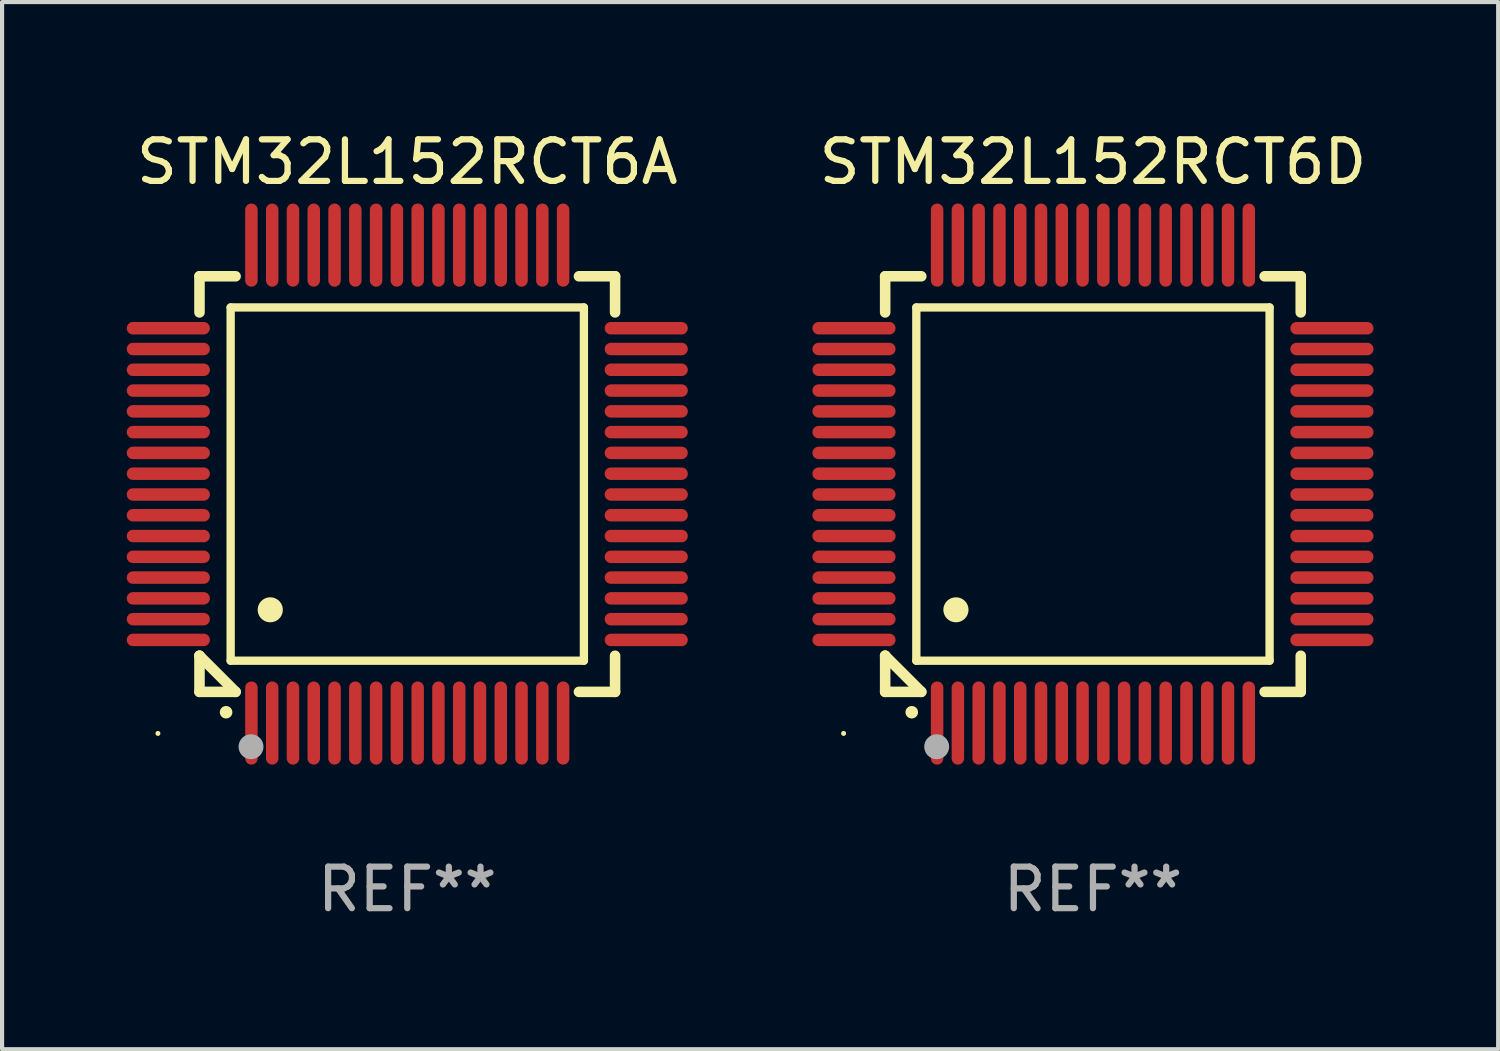
<source format=kicad_pcb>
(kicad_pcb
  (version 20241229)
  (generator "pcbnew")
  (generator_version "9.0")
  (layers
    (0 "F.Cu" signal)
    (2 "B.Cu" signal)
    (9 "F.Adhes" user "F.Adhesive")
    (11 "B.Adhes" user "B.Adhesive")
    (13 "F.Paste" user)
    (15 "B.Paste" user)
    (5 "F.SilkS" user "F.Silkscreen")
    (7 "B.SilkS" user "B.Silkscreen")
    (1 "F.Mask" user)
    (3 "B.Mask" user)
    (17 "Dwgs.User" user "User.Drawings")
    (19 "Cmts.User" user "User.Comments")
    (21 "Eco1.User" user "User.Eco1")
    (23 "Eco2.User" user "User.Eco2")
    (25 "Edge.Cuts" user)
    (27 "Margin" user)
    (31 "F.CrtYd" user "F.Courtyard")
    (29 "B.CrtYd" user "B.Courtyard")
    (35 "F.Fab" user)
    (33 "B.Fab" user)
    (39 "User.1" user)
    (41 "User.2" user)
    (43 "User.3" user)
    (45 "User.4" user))
  (footprint "STM32L152RCT6D"
    (layer "F.Cu")
    (at 23.249 8.598)
    (property "Reference" "STM32L152RCT6D" (at 0 -7.75 0) (layer "F.SilkS") (effects (font (size 1 1) (thickness 0.15))))
    (attr through_hole)
    (fp_line (start -5 -5) (end -4.131 -5) (stroke (width 0.254) (type solid)) (layer "F.SilkS"))
    (fp_line (start -5 -4.131) (end -5 -5) (stroke (width 0.254) (type solid)) (layer "F.SilkS"))
    (fp_line (start -5 4.131) (end -5 4.131) (stroke (width 0.254) (type solid)) (layer "F.SilkS"))
    (fp_line (start -5 5) (end -5 4.131) (stroke (width 0.254) (type solid)) (layer "F.SilkS"))
    (fp_line (start -5 4.131) (end -4.131 5) (stroke (width 0.254) (type solid)) (layer "F.SilkS"))
    (fp_line (start -4.25 -4.25) (end -4.25 4.25) (stroke (width 0.2) (type solid)) (layer "F.SilkS"))
    (fp_line (start -4.25 4.25) (end 4.25 4.25) (stroke (width 0.2) (type solid)) (layer "F.SilkS"))
    (fp_line (start -4.131 5) (end -5 5) (stroke (width 0.254) (type solid)) (layer "F.SilkS"))
    (fp_line (start 4.25 -4.25) (end -4.25 -4.25) (stroke (width 0.2) (type solid)) (layer "F.SilkS"))
    (fp_line (start 4.25 4.25) (end 4.25 -4.25) (stroke (width 0.2) (type solid)) (layer "F.SilkS"))
    (fp_line (start 5 -5) (end 4.131 -5) (stroke (width 0.254) (type solid)) (layer "F.SilkS"))
    (fp_line (start 5 -5) (end 5 -4.131) (stroke (width 0.254) (type solid)) (layer "F.SilkS"))
    (fp_line (start 5 4.131) (end 5 5) (stroke (width 0.254) (type solid)) (layer "F.SilkS"))
    (fp_line (start 5 5) (end 4.131 5) (stroke (width 0.254) (type solid)) (layer "F.SilkS"))
    (fp_arc (start -4.361265 5.489992) (mid -4.359995 5.489987) (end -4.358725 5.489992) (stroke (width 0.3) (type solid)) (layer "F.SilkS"))
    (fp_arc (start -3.299467 3.025146) (mid -3.296927 3.025135) (end -3.294387 3.025146) (stroke (width 0.6) (type solid)) (layer "F.SilkS"))
    (fp_circle (center -6 6) (end -5.97 6) (stroke (width 0.06) (type solid)) (fill no) (layer "F.SilkS"))
    (fp_circle (center -3.76 6.32) (end -3.61 6.32) (stroke (width 0.3) (type solid)) (fill no) (layer "F.Fab"))
    (fp_text user "REF**" (at 0 9.75 0) (layer "F.Fab") (effects (font (size 1 1) (thickness 0.15))))
    (pad "1" smd oval (at -3.75 5.75) (size 0.3 2) (layers "F.Cu" "F.Mask" "F.Paste"))
    (pad "2" smd oval (at -3.25 5.75) (size 0.3 2) (layers "F.Cu" "F.Mask" "F.Paste"))
    (pad "3" smd oval (at -2.75 5.75) (size 0.3 2) (layers "F.Cu" "F.Mask" "F.Paste"))
    (pad "4" smd oval (at -2.25 5.75) (size 0.3 2) (layers "F.Cu" "F.Mask" "F.Paste"))
    (pad "5" smd oval (at -1.75 5.75) (size 0.3 2) (layers "F.Cu" "F.Mask" "F.Paste"))
    (pad "6" smd oval (at -1.25 5.75) (size 0.3 2) (layers "F.Cu" "F.Mask" "F.Paste"))
    (pad "7" smd oval (at -0.75 5.75) (size 0.3 2) (layers "F.Cu" "F.Mask" "F.Paste"))
    (pad "8" smd oval (at -0.25 5.75) (size 0.3 2) (layers "F.Cu" "F.Mask" "F.Paste"))
    (pad "9" smd oval (at 0.25 5.75) (size 0.3 2) (layers "F.Cu" "F.Mask" "F.Paste"))
    (pad "10" smd oval (at 0.75 5.75) (size 0.3 2) (layers "F.Cu" "F.Mask" "F.Paste"))
    (pad "11" smd oval (at 1.25 5.75) (size 0.3 2) (layers "F.Cu" "F.Mask" "F.Paste"))
    (pad "12" smd oval (at 1.75 5.75) (size 0.3 2) (layers "F.Cu" "F.Mask" "F.Paste"))
    (pad "13" smd oval (at 2.25 5.75) (size 0.3 2) (layers "F.Cu" "F.Mask" "F.Paste"))
    (pad "14" smd oval (at 2.75 5.75) (size 0.3 2) (layers "F.Cu" "F.Mask" "F.Paste"))
    (pad "15" smd oval (at 3.25 5.75) (size 0.3 2) (layers "F.Cu" "F.Mask" "F.Paste"))
    (pad "16" smd oval (at 3.75 5.75) (size 0.3 2) (layers "F.Cu" "F.Mask" "F.Paste"))
    (pad "17" smd oval (at 5.75 3.75) (size 2 0.3) (layers "F.Cu" "F.Mask" "F.Paste"))
    (pad "18" smd oval (at 5.75 3.25) (size 2 0.3) (layers "F.Cu" "F.Mask" "F.Paste"))
    (pad "19" smd oval (at 5.75 2.75) (size 2 0.3) (layers "F.Cu" "F.Mask" "F.Paste"))
    (pad "20" smd oval (at 5.75 2.25) (size 2 0.3) (layers "F.Cu" "F.Mask" "F.Paste"))
    (pad "21" smd oval (at 5.75 1.75) (size 2 0.3) (layers "F.Cu" "F.Mask" "F.Paste"))
    (pad "22" smd oval (at 5.75 1.25) (size 2 0.3) (layers "F.Cu" "F.Mask" "F.Paste"))
    (pad "23" smd oval (at 5.75 0.75) (size 2 0.3) (layers "F.Cu" "F.Mask" "F.Paste"))
    (pad "24" smd oval (at 5.75 0.25) (size 2 0.3) (layers "F.Cu" "F.Mask" "F.Paste"))
    (pad "25" smd oval (at 5.75 -0.25) (size 2 0.3) (layers "F.Cu" "F.Mask" "F.Paste"))
    (pad "26" smd oval (at 5.75 -0.75) (size 2 0.3) (layers "F.Cu" "F.Mask" "F.Paste"))
    (pad "27" smd oval (at 5.75 -1.25) (size 2 0.3) (layers "F.Cu" "F.Mask" "F.Paste"))
    (pad "28" smd oval (at 5.75 -1.75) (size 2 0.3) (layers "F.Cu" "F.Mask" "F.Paste"))
    (pad "29" smd oval (at 5.75 -2.25) (size 2 0.3) (layers "F.Cu" "F.Mask" "F.Paste"))
    (pad "30" smd oval (at 5.75 -2.75) (size 2 0.3) (layers "F.Cu" "F.Mask" "F.Paste"))
    (pad "31" smd oval (at 5.75 -3.25) (size 2 0.3) (layers "F.Cu" "F.Mask" "F.Paste"))
    (pad "32" smd oval (at 5.75 -3.75) (size 2 0.3) (layers "F.Cu" "F.Mask" "F.Paste"))
    (pad "33" smd oval (at 3.75 -5.75) (size 0.3 2) (layers "F.Cu" "F.Mask" "F.Paste"))
    (pad "34" smd oval (at 3.25 -5.75) (size 0.3 2) (layers "F.Cu" "F.Mask" "F.Paste"))
    (pad "35" smd oval (at 2.75 -5.75) (size 0.3 2) (layers "F.Cu" "F.Mask" "F.Paste"))
    (pad "36" smd oval (at 2.25 -5.75) (size 0.3 2) (layers "F.Cu" "F.Mask" "F.Paste"))
    (pad "37" smd oval (at 1.75 -5.75) (size 0.3 2) (layers "F.Cu" "F.Mask" "F.Paste"))
    (pad "38" smd oval (at 1.25 -5.75) (size 0.3 2) (layers "F.Cu" "F.Mask" "F.Paste"))
    (pad "39" smd oval (at 0.75 -5.75) (size 0.3 2) (layers "F.Cu" "F.Mask" "F.Paste"))
    (pad "40" smd oval (at 0.25 -5.75) (size 0.3 2) (layers "F.Cu" "F.Mask" "F.Paste"))
    (pad "41" smd oval (at -0.25 -5.75) (size 0.3 2) (layers "F.Cu" "F.Mask" "F.Paste"))
    (pad "42" smd oval (at -0.75 -5.75) (size 0.3 2) (layers "F.Cu" "F.Mask" "F.Paste"))
    (pad "43" smd oval (at -1.25 -5.75) (size 0.3 2) (layers "F.Cu" "F.Mask" "F.Paste"))
    (pad "44" smd oval (at -1.75 -5.75) (size 0.3 2) (layers "F.Cu" "F.Mask" "F.Paste"))
    (pad "45" smd oval (at -2.25 -5.75) (size 0.3 2) (layers "F.Cu" "F.Mask" "F.Paste"))
    (pad "46" smd oval (at -2.75 -5.75) (size 0.3 2) (layers "F.Cu" "F.Mask" "F.Paste"))
    (pad "47" smd oval (at -3.25 -5.75) (size 0.3 2) (layers "F.Cu" "F.Mask" "F.Paste"))
    (pad "48" smd oval (at -3.75 -5.75) (size 0.3 2) (layers "F.Cu" "F.Mask" "F.Paste"))
    (pad "49" smd oval (at -5.75 -3.75) (size 2 0.3) (layers "F.Cu" "F.Mask" "F.Paste"))
    (pad "50" smd oval (at -5.75 -3.25) (size 2 0.3) (layers "F.Cu" "F.Mask" "F.Paste"))
    (pad "51" smd oval (at -5.75 -2.75) (size 2 0.3) (layers "F.Cu" "F.Mask" "F.Paste"))
    (pad "52" smd oval (at -5.75 -2.25) (size 2 0.3) (layers "F.Cu" "F.Mask" "F.Paste"))
    (pad "53" smd oval (at -5.75 -1.75) (size 2 0.3) (layers "F.Cu" "F.Mask" "F.Paste"))
    (pad "54" smd oval (at -5.75 -1.25) (size 2 0.3) (layers "F.Cu" "F.Mask" "F.Paste"))
    (pad "55" smd oval (at -5.75 -0.75) (size 2 0.3) (layers "F.Cu" "F.Mask" "F.Paste"))
    (pad "56" smd oval (at -5.75 -0.25) (size 2 0.3) (layers "F.Cu" "F.Mask" "F.Paste"))
    (pad "57" smd oval (at -5.75 0.25) (size 2 0.3) (layers "F.Cu" "F.Mask" "F.Paste"))
    (pad "58" smd oval (at -5.75 0.75) (size 2 0.3) (layers "F.Cu" "F.Mask" "F.Paste"))
    (pad "59" smd oval (at -5.75 1.25) (size 2 0.3) (layers "F.Cu" "F.Mask" "F.Paste"))
    (pad "60" smd oval (at -5.75 1.75) (size 2 0.3) (layers "F.Cu" "F.Mask" "F.Paste"))
    (pad "61" smd oval (at -5.75 2.25) (size 2 0.3) (layers "F.Cu" "F.Mask" "F.Paste"))
    (pad "62" smd oval (at -5.75 2.75) (size 2 0.3) (layers "F.Cu" "F.Mask" "F.Paste"))
    (pad "63" smd oval (at -5.75 3.25) (size 2 0.3) (layers "F.Cu" "F.Mask" "F.Paste"))
    (pad "64" smd oval (at -5.75 3.75) (size 2 0.3) (layers "F.Cu" "F.Mask" "F.Paste")))
  (footprint "STM32L152RCT6A"
    (layer "F.Cu")
    (at 6.75 8.598)
    (property "Reference" "STM32L152RCT6A" (at 0 -7.75 0) (layer "F.SilkS") (effects (font (size 1 1) (thickness 0.15))))
    (attr through_hole)
    (fp_line (start -5 -5) (end -4.131 -5) (stroke (width 0.254) (type solid)) (layer "F.SilkS"))
    (fp_line (start -5 -4.131) (end -5 -5) (stroke (width 0.254) (type solid)) (layer "F.SilkS"))
    (fp_line (start -5 4.131) (end -5 4.131) (stroke (width 0.254) (type solid)) (layer "F.SilkS"))
    (fp_line (start -5 5) (end -5 4.131) (stroke (width 0.254) (type solid)) (layer "F.SilkS"))
    (fp_line (start -5 4.131) (end -4.131 5) (stroke (width 0.254) (type solid)) (layer "F.SilkS"))
    (fp_line (start -4.25 -4.25) (end -4.25 4.25) (stroke (width 0.2) (type solid)) (layer "F.SilkS"))
    (fp_line (start -4.25 4.25) (end 4.25 4.25) (stroke (width 0.2) (type solid)) (layer "F.SilkS"))
    (fp_line (start -4.131 5) (end -5 5) (stroke (width 0.254) (type solid)) (layer "F.SilkS"))
    (fp_line (start 4.25 -4.25) (end -4.25 -4.25) (stroke (width 0.2) (type solid)) (layer "F.SilkS"))
    (fp_line (start 4.25 4.25) (end 4.25 -4.25) (stroke (width 0.2) (type solid)) (layer "F.SilkS"))
    (fp_line (start 5 -5) (end 4.131 -5) (stroke (width 0.254) (type solid)) (layer "F.SilkS"))
    (fp_line (start 5 -5) (end 5 -4.131) (stroke (width 0.254) (type solid)) (layer "F.SilkS"))
    (fp_line (start 5 4.131) (end 5 5) (stroke (width 0.254) (type solid)) (layer "F.SilkS"))
    (fp_line (start 5 5) (end 4.131 5) (stroke (width 0.254) (type solid)) (layer "F.SilkS"))
    (fp_arc (start -4.361265 5.489992) (mid -4.359995 5.489987) (end -4.358725 5.489992) (stroke (width 0.3) (type solid)) (layer "F.SilkS"))
    (fp_arc (start -3.299467 3.025146) (mid -3.296927 3.025135) (end -3.294387 3.025146) (stroke (width 0.6) (type solid)) (layer "F.SilkS"))
    (fp_circle (center -6 6) (end -5.97 6) (stroke (width 0.06) (type solid)) (fill no) (layer "F.SilkS"))
    (fp_circle (center -3.76 6.32) (end -3.61 6.32) (stroke (width 0.3) (type solid)) (fill no) (layer "F.Fab"))
    (fp_text user "REF**" (at 0 9.75 0) (layer "F.Fab") (effects (font (size 1 1) (thickness 0.15))))
    (pad "1" smd oval (at -3.75 5.75) (size 0.3 2) (layers "F.Cu" "F.Mask" "F.Paste"))
    (pad "2" smd oval (at -3.25 5.75) (size 0.3 2) (layers "F.Cu" "F.Mask" "F.Paste"))
    (pad "3" smd oval (at -2.75 5.75) (size 0.3 2) (layers "F.Cu" "F.Mask" "F.Paste"))
    (pad "4" smd oval (at -2.25 5.75) (size 0.3 2) (layers "F.Cu" "F.Mask" "F.Paste"))
    (pad "5" smd oval (at -1.75 5.75) (size 0.3 2) (layers "F.Cu" "F.Mask" "F.Paste"))
    (pad "6" smd oval (at -1.25 5.75) (size 0.3 2) (layers "F.Cu" "F.Mask" "F.Paste"))
    (pad "7" smd oval (at -0.75 5.75) (size 0.3 2) (layers "F.Cu" "F.Mask" "F.Paste"))
    (pad "8" smd oval (at -0.25 5.75) (size 0.3 2) (layers "F.Cu" "F.Mask" "F.Paste"))
    (pad "9" smd oval (at 0.25 5.75) (size 0.3 2) (layers "F.Cu" "F.Mask" "F.Paste"))
    (pad "10" smd oval (at 0.75 5.75) (size 0.3 2) (layers "F.Cu" "F.Mask" "F.Paste"))
    (pad "11" smd oval (at 1.25 5.75) (size 0.3 2) (layers "F.Cu" "F.Mask" "F.Paste"))
    (pad "12" smd oval (at 1.75 5.75) (size 0.3 2) (layers "F.Cu" "F.Mask" "F.Paste"))
    (pad "13" smd oval (at 2.25 5.75) (size 0.3 2) (layers "F.Cu" "F.Mask" "F.Paste"))
    (pad "14" smd oval (at 2.75 5.75) (size 0.3 2) (layers "F.Cu" "F.Mask" "F.Paste"))
    (pad "15" smd oval (at 3.25 5.75) (size 0.3 2) (layers "F.Cu" "F.Mask" "F.Paste"))
    (pad "16" smd oval (at 3.75 5.75) (size 0.3 2) (layers "F.Cu" "F.Mask" "F.Paste"))
    (pad "17" smd oval (at 5.75 3.75) (size 2 0.3) (layers "F.Cu" "F.Mask" "F.Paste"))
    (pad "18" smd oval (at 5.75 3.25) (size 2 0.3) (layers "F.Cu" "F.Mask" "F.Paste"))
    (pad "19" smd oval (at 5.75 2.75) (size 2 0.3) (layers "F.Cu" "F.Mask" "F.Paste"))
    (pad "20" smd oval (at 5.75 2.25) (size 2 0.3) (layers "F.Cu" "F.Mask" "F.Paste"))
    (pad "21" smd oval (at 5.75 1.75) (size 2 0.3) (layers "F.Cu" "F.Mask" "F.Paste"))
    (pad "22" smd oval (at 5.75 1.25) (size 2 0.3) (layers "F.Cu" "F.Mask" "F.Paste"))
    (pad "23" smd oval (at 5.75 0.75) (size 2 0.3) (layers "F.Cu" "F.Mask" "F.Paste"))
    (pad "24" smd oval (at 5.75 0.25) (size 2 0.3) (layers "F.Cu" "F.Mask" "F.Paste"))
    (pad "25" smd oval (at 5.75 -0.25) (size 2 0.3) (layers "F.Cu" "F.Mask" "F.Paste"))
    (pad "26" smd oval (at 5.75 -0.75) (size 2 0.3) (layers "F.Cu" "F.Mask" "F.Paste"))
    (pad "27" smd oval (at 5.75 -1.25) (size 2 0.3) (layers "F.Cu" "F.Mask" "F.Paste"))
    (pad "28" smd oval (at 5.75 -1.75) (size 2 0.3) (layers "F.Cu" "F.Mask" "F.Paste"))
    (pad "29" smd oval (at 5.75 -2.25) (size 2 0.3) (layers "F.Cu" "F.Mask" "F.Paste"))
    (pad "30" smd oval (at 5.75 -2.75) (size 2 0.3) (layers "F.Cu" "F.Mask" "F.Paste"))
    (pad "31" smd oval (at 5.75 -3.25) (size 2 0.3) (layers "F.Cu" "F.Mask" "F.Paste"))
    (pad "32" smd oval (at 5.75 -3.75) (size 2 0.3) (layers "F.Cu" "F.Mask" "F.Paste"))
    (pad "33" smd oval (at 3.75 -5.75) (size 0.3 2) (layers "F.Cu" "F.Mask" "F.Paste"))
    (pad "34" smd oval (at 3.25 -5.75) (size 0.3 2) (layers "F.Cu" "F.Mask" "F.Paste"))
    (pad "35" smd oval (at 2.75 -5.75) (size 0.3 2) (layers "F.Cu" "F.Mask" "F.Paste"))
    (pad "36" smd oval (at 2.25 -5.75) (size 0.3 2) (layers "F.Cu" "F.Mask" "F.Paste"))
    (pad "37" smd oval (at 1.75 -5.75) (size 0.3 2) (layers "F.Cu" "F.Mask" "F.Paste"))
    (pad "38" smd oval (at 1.25 -5.75) (size 0.3 2) (layers "F.Cu" "F.Mask" "F.Paste"))
    (pad "39" smd oval (at 0.75 -5.75) (size 0.3 2) (layers "F.Cu" "F.Mask" "F.Paste"))
    (pad "40" smd oval (at 0.25 -5.75) (size 0.3 2) (layers "F.Cu" "F.Mask" "F.Paste"))
    (pad "41" smd oval (at -0.25 -5.75) (size 0.3 2) (layers "F.Cu" "F.Mask" "F.Paste"))
    (pad "42" smd oval (at -0.75 -5.75) (size 0.3 2) (layers "F.Cu" "F.Mask" "F.Paste"))
    (pad "43" smd oval (at -1.25 -5.75) (size 0.3 2) (layers "F.Cu" "F.Mask" "F.Paste"))
    (pad "44" smd oval (at -1.75 -5.75) (size 0.3 2) (layers "F.Cu" "F.Mask" "F.Paste"))
    (pad "45" smd oval (at -2.25 -5.75) (size 0.3 2) (layers "F.Cu" "F.Mask" "F.Paste"))
    (pad "46" smd oval (at -2.75 -5.75) (size 0.3 2) (layers "F.Cu" "F.Mask" "F.Paste"))
    (pad "47" smd oval (at -3.25 -5.75) (size 0.3 2) (layers "F.Cu" "F.Mask" "F.Paste"))
    (pad "48" smd oval (at -3.75 -5.75) (size 0.3 2) (layers "F.Cu" "F.Mask" "F.Paste"))
    (pad "49" smd oval (at -5.75 -3.75) (size 2 0.3) (layers "F.Cu" "F.Mask" "F.Paste"))
    (pad "50" smd oval (at -5.75 -3.25) (size 2 0.3) (layers "F.Cu" "F.Mask" "F.Paste"))
    (pad "51" smd oval (at -5.75 -2.75) (size 2 0.3) (layers "F.Cu" "F.Mask" "F.Paste"))
    (pad "52" smd oval (at -5.75 -2.25) (size 2 0.3) (layers "F.Cu" "F.Mask" "F.Paste"))
    (pad "53" smd oval (at -5.75 -1.75) (size 2 0.3) (layers "F.Cu" "F.Mask" "F.Paste"))
    (pad "54" smd oval (at -5.75 -1.25) (size 2 0.3) (layers "F.Cu" "F.Mask" "F.Paste"))
    (pad "55" smd oval (at -5.75 -0.75) (size 2 0.3) (layers "F.Cu" "F.Mask" "F.Paste"))
    (pad "56" smd oval (at -5.75 -0.25) (size 2 0.3) (layers "F.Cu" "F.Mask" "F.Paste"))
    (pad "57" smd oval (at -5.75 0.25) (size 2 0.3) (layers "F.Cu" "F.Mask" "F.Paste"))
    (pad "58" smd oval (at -5.75 0.75) (size 2 0.3) (layers "F.Cu" "F.Mask" "F.Paste"))
    (pad "59" smd oval (at -5.75 1.25) (size 2 0.3) (layers "F.Cu" "F.Mask" "F.Paste"))
    (pad "60" smd oval (at -5.75 1.75) (size 2 0.3) (layers "F.Cu" "F.Mask" "F.Paste"))
    (pad "61" smd oval (at -5.75 2.25) (size 2 0.3) (layers "F.Cu" "F.Mask" "F.Paste"))
    (pad "62" smd oval (at -5.75 2.75) (size 2 0.3) (layers "F.Cu" "F.Mask" "F.Paste"))
    (pad "63" smd oval (at -5.75 3.25) (size 2 0.3) (layers "F.Cu" "F.Mask" "F.Paste"))
    (pad "64" smd oval (at -5.75 3.75) (size 2 0.3) (layers "F.Cu" "F.Mask" "F.Paste")))
  (gr_rect
    (start -3 -3)
    (end 32.999 22.196)
    (stroke (width 0.1) (type default))
    (fill no)
    (layer "Edge.Cuts")))
</source>
